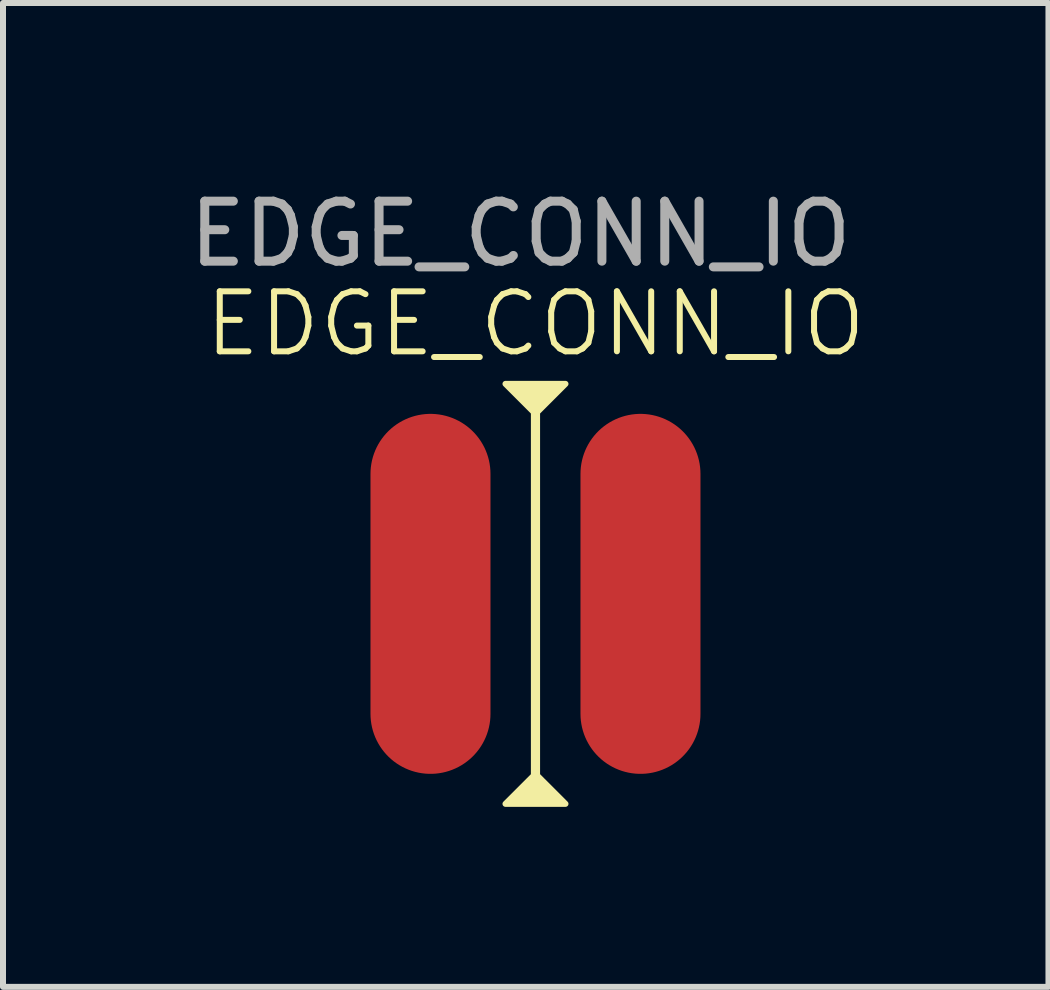
<source format=kicad_pcb>
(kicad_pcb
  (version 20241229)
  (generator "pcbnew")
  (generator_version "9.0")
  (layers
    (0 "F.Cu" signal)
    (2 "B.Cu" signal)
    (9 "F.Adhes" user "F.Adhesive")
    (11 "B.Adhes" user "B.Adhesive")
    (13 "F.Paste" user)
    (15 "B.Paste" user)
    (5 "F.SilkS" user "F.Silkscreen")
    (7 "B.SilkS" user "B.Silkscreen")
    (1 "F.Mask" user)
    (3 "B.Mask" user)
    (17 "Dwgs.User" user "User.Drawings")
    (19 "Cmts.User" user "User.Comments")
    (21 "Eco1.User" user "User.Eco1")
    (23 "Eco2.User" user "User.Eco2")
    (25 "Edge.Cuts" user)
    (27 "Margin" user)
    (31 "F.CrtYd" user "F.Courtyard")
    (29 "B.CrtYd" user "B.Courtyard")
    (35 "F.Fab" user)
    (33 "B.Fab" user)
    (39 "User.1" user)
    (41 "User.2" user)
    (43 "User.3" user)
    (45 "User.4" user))
  (footprint "EDGE_CONN_IO"
    (layer "F.Cu")
    (at 5.875 6.848)
    (property "Reference" "EDGE_CONN_IO" (at 0 -4.5 0) (unlocked yes) (layer "F.SilkS") (effects (font (size 1 1) (thickness 0.1))))
    (attr smd)
    (fp_line (start 0 -3) (end 0 3) (stroke (width 0.153) (type solid)) (layer "F.SilkS"))
    (fp_poly (pts (xy -0.5 -3.5) (xy 0.5 -3.5) (xy 0 -3)) (stroke (width 0.1) (type solid)) (fill yes) (layer "F.SilkS"))
    (fp_poly (pts (xy 0.5 3.5) (xy -0.5 3.5) (xy 0 3)) (stroke (width 0.1) (type solid)) (fill yes) (layer "F.SilkS"))
    (fp_text user "${REFERENCE}" (at -0.25 -6 0) (unlocked yes) (layer "F.Fab") (effects (font (size 1 1) (thickness 0.15))))
    (pad "1" smd oval (at -1.75 0) (size 2 6) (layers "F.Cu" "F.Mask" "F.Paste"))
    (pad "2" smd oval (at 1.75 0) (size 2 6) (layers "F.Cu" "F.Mask" "F.Paste")))
  (gr_rect
    (start -3 -3)
    (end 14.425 13.398)
    (stroke (width 0.1) (type default))
    (fill no)
    (layer "Edge.Cuts")))
</source>
